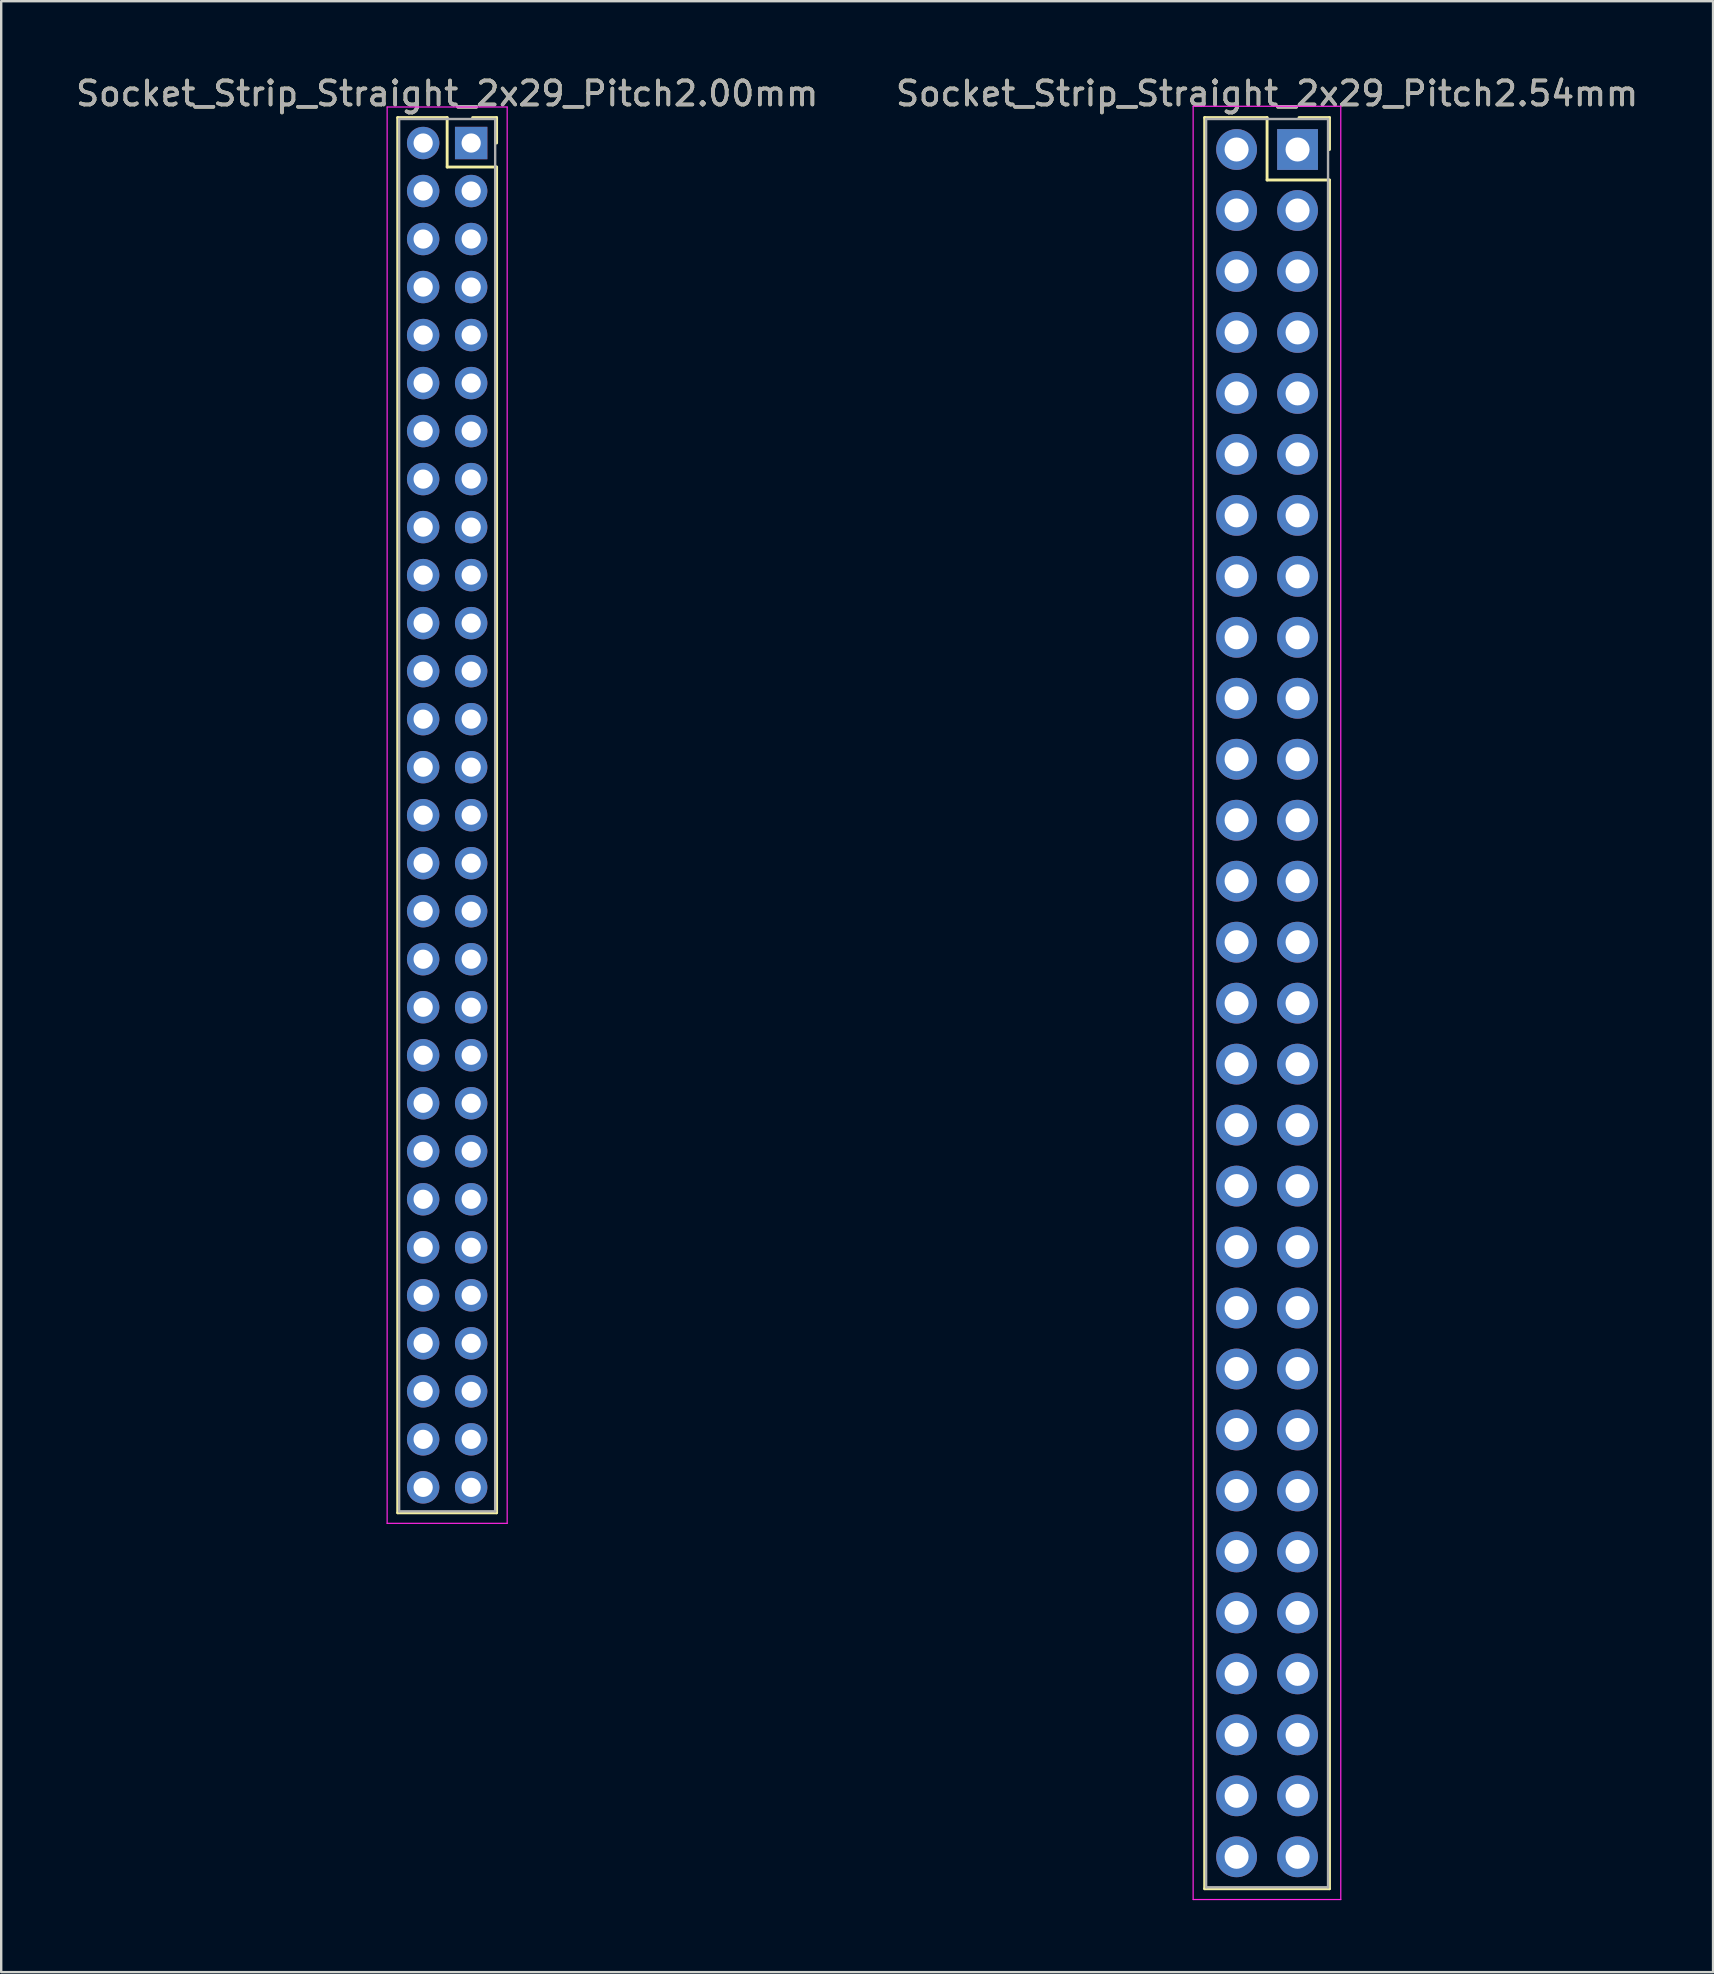
<source format=kicad_pcb>
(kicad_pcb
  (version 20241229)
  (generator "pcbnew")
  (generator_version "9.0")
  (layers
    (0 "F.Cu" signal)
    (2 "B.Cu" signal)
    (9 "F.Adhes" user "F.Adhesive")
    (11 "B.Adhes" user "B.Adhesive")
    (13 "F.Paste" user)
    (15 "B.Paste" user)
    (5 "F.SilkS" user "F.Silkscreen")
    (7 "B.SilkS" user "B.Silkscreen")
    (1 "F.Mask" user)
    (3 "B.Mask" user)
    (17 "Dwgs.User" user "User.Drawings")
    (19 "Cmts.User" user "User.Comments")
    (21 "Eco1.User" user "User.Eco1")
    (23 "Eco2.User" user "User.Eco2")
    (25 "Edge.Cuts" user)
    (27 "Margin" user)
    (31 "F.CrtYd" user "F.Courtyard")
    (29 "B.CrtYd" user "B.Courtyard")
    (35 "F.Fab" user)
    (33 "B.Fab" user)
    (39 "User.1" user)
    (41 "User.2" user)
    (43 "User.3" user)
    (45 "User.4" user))
  (footprint "Socket_Strip_Straight_2x29_Pitch2.00mm"
    (layer "F.Cu")
    (at 16.577 2.908)
    (property "Reference" "Socket_Strip_Straight_2x29_Pitch2.00mm" (at -1 -2.06 0) (layer "F.SilkS") (effects (font (size 1 1) (thickness 0.15))))
    (attr through_hole)
    (fp_line (start -3.06 -1.06) (end -1 -1.06) (stroke (width 0.12) (type solid)) (layer "F.SilkS"))
    (fp_line (start -3.06 57.06) (end -3.06 -1.06) (stroke (width 0.12) (type solid)) (layer "F.SilkS"))
    (fp_line (start -1 -1.06) (end -1 1) (stroke (width 0.12) (type solid)) (layer "F.SilkS"))
    (fp_line (start -1 1) (end 1.06 1) (stroke (width 0.12) (type solid)) (layer "F.SilkS"))
    (fp_line (start 1.06 -1.06) (end 0.06 -1.06) (stroke (width 0.12) (type solid)) (layer "F.SilkS"))
    (fp_line (start 1.06 0) (end 1.06 -1.06) (stroke (width 0.12) (type solid)) (layer "F.SilkS"))
    (fp_line (start 1.06 1) (end 1.06 57.06) (stroke (width 0.12) (type solid)) (layer "F.SilkS"))
    (fp_line (start 1.06 57.06) (end -3.06 57.06) (stroke (width 0.12) (type solid)) (layer "F.SilkS"))
    (fp_line (start -3.5 -1.5) (end -3.5 57.5) (stroke (width 0.05) (type solid)) (layer "F.CrtYd"))
    (fp_line (start -3.5 57.5) (end 1.5 57.5) (stroke (width 0.05) (type solid)) (layer "F.CrtYd"))
    (fp_line (start 1.5 -1.5) (end -3.5 -1.5) (stroke (width 0.05) (type solid)) (layer "F.CrtYd"))
    (fp_line (start 1.5 57.5) (end 1.5 -1.5) (stroke (width 0.05) (type solid)) (layer "F.CrtYd"))
    (fp_line (start -3 -1) (end -3 57) (stroke (width 0.1) (type solid)) (layer "F.Fab"))
    (fp_line (start -3 57) (end 1 57) (stroke (width 0.1) (type solid)) (layer "F.Fab"))
    (fp_line (start 1 -1) (end -3 -1) (stroke (width 0.1) (type solid)) (layer "F.Fab"))
    (fp_line (start 1 57) (end 1 -1) (stroke (width 0.1) (type solid)) (layer "F.Fab"))
    (fp_text user "${REFERENCE}" (at -1 -2.06 0) (layer "F.Fab") (effects (font (size 1 1) (thickness 0.15))))
    (pad "1" thru_hole rect (at 0 0) (size 1.35 1.35) (drill 0.8) (layers "*.Cu" "*.Mask"))
    (pad "2" thru_hole oval (at -2 0) (size 1.35 1.35) (drill 0.8) (layers "*.Cu" "*.Mask"))
    (pad "3" thru_hole oval (at 0 2) (size 1.35 1.35) (drill 0.8) (layers "*.Cu" "*.Mask"))
    (pad "4" thru_hole oval (at -2 2) (size 1.35 1.35) (drill 0.8) (layers "*.Cu" "*.Mask"))
    (pad "5" thru_hole oval (at 0 4) (size 1.35 1.35) (drill 0.8) (layers "*.Cu" "*.Mask"))
    (pad "6" thru_hole oval (at -2 4) (size 1.35 1.35) (drill 0.8) (layers "*.Cu" "*.Mask"))
    (pad "7" thru_hole oval (at 0 6) (size 1.35 1.35) (drill 0.8) (layers "*.Cu" "*.Mask"))
    (pad "8" thru_hole oval (at -2 6) (size 1.35 1.35) (drill 0.8) (layers "*.Cu" "*.Mask"))
    (pad "9" thru_hole oval (at 0 8) (size 1.35 1.35) (drill 0.8) (layers "*.Cu" "*.Mask"))
    (pad "10" thru_hole oval (at -2 8) (size 1.35 1.35) (drill 0.8) (layers "*.Cu" "*.Mask"))
    (pad "11" thru_hole oval (at 0 10) (size 1.35 1.35) (drill 0.8) (layers "*.Cu" "*.Mask"))
    (pad "12" thru_hole oval (at -2 10) (size 1.35 1.35) (drill 0.8) (layers "*.Cu" "*.Mask"))
    (pad "13" thru_hole oval (at 0 12) (size 1.35 1.35) (drill 0.8) (layers "*.Cu" "*.Mask"))
    (pad "14" thru_hole oval (at -2 12) (size 1.35 1.35) (drill 0.8) (layers "*.Cu" "*.Mask"))
    (pad "15" thru_hole oval (at 0 14) (size 1.35 1.35) (drill 0.8) (layers "*.Cu" "*.Mask"))
    (pad "16" thru_hole oval (at -2 14) (size 1.35 1.35) (drill 0.8) (layers "*.Cu" "*.Mask"))
    (pad "17" thru_hole oval (at 0 16) (size 1.35 1.35) (drill 0.8) (layers "*.Cu" "*.Mask"))
    (pad "18" thru_hole oval (at -2 16) (size 1.35 1.35) (drill 0.8) (layers "*.Cu" "*.Mask"))
    (pad "19" thru_hole oval (at 0 18) (size 1.35 1.35) (drill 0.8) (layers "*.Cu" "*.Mask"))
    (pad "20" thru_hole oval (at -2 18) (size 1.35 1.35) (drill 0.8) (layers "*.Cu" "*.Mask"))
    (pad "21" thru_hole oval (at 0 20) (size 1.35 1.35) (drill 0.8) (layers "*.Cu" "*.Mask"))
    (pad "22" thru_hole oval (at -2 20) (size 1.35 1.35) (drill 0.8) (layers "*.Cu" "*.Mask"))
    (pad "23" thru_hole oval (at 0 22) (size 1.35 1.35) (drill 0.8) (layers "*.Cu" "*.Mask"))
    (pad "24" thru_hole oval (at -2 22) (size 1.35 1.35) (drill 0.8) (layers "*.Cu" "*.Mask"))
    (pad "25" thru_hole oval (at 0 24) (size 1.35 1.35) (drill 0.8) (layers "*.Cu" "*.Mask"))
    (pad "26" thru_hole oval (at -2 24) (size 1.35 1.35) (drill 0.8) (layers "*.Cu" "*.Mask"))
    (pad "27" thru_hole oval (at 0 26) (size 1.35 1.35) (drill 0.8) (layers "*.Cu" "*.Mask"))
    (pad "28" thru_hole oval (at -2 26) (size 1.35 1.35) (drill 0.8) (layers "*.Cu" "*.Mask"))
    (pad "29" thru_hole oval (at 0 28) (size 1.35 1.35) (drill 0.8) (layers "*.Cu" "*.Mask"))
    (pad "30" thru_hole oval (at -2 28) (size 1.35 1.35) (drill 0.8) (layers "*.Cu" "*.Mask"))
    (pad "31" thru_hole oval (at 0 30) (size 1.35 1.35) (drill 0.8) (layers "*.Cu" "*.Mask"))
    (pad "32" thru_hole oval (at -2 30) (size 1.35 1.35) (drill 0.8) (layers "*.Cu" "*.Mask"))
    (pad "33" thru_hole oval (at 0 32) (size 1.35 1.35) (drill 0.8) (layers "*.Cu" "*.Mask"))
    (pad "34" thru_hole oval (at -2 32) (size 1.35 1.35) (drill 0.8) (layers "*.Cu" "*.Mask"))
    (pad "35" thru_hole oval (at 0 34) (size 1.35 1.35) (drill 0.8) (layers "*.Cu" "*.Mask"))
    (pad "36" thru_hole oval (at -2 34) (size 1.35 1.35) (drill 0.8) (layers "*.Cu" "*.Mask"))
    (pad "37" thru_hole oval (at 0 36) (size 1.35 1.35) (drill 0.8) (layers "*.Cu" "*.Mask"))
    (pad "38" thru_hole oval (at -2 36) (size 1.35 1.35) (drill 0.8) (layers "*.Cu" "*.Mask"))
    (pad "39" thru_hole oval (at 0 38) (size 1.35 1.35) (drill 0.8) (layers "*.Cu" "*.Mask"))
    (pad "40" thru_hole oval (at -2 38) (size 1.35 1.35) (drill 0.8) (layers "*.Cu" "*.Mask"))
    (pad "41" thru_hole oval (at 0 40) (size 1.35 1.35) (drill 0.8) (layers "*.Cu" "*.Mask"))
    (pad "42" thru_hole oval (at -2 40) (size 1.35 1.35) (drill 0.8) (layers "*.Cu" "*.Mask"))
    (pad "43" thru_hole oval (at 0 42) (size 1.35 1.35) (drill 0.8) (layers "*.Cu" "*.Mask"))
    (pad "44" thru_hole oval (at -2 42) (size 1.35 1.35) (drill 0.8) (layers "*.Cu" "*.Mask"))
    (pad "45" thru_hole oval (at 0 44) (size 1.35 1.35) (drill 0.8) (layers "*.Cu" "*.Mask"))
    (pad "46" thru_hole oval (at -2 44) (size 1.35 1.35) (drill 0.8) (layers "*.Cu" "*.Mask"))
    (pad "47" thru_hole oval (at 0 46) (size 1.35 1.35) (drill 0.8) (layers "*.Cu" "*.Mask"))
    (pad "48" thru_hole oval (at -2 46) (size 1.35 1.35) (drill 0.8) (layers "*.Cu" "*.Mask"))
    (pad "49" thru_hole oval (at 0 48) (size 1.35 1.35) (drill 0.8) (layers "*.Cu" "*.Mask"))
    (pad "50" thru_hole oval (at -2 48) (size 1.35 1.35) (drill 0.8) (layers "*.Cu" "*.Mask"))
    (pad "51" thru_hole oval (at 0 50) (size 1.35 1.35) (drill 0.8) (layers "*.Cu" "*.Mask"))
    (pad "52" thru_hole oval (at -2 50) (size 1.35 1.35) (drill 0.8) (layers "*.Cu" "*.Mask"))
    (pad "53" thru_hole oval (at 0 52) (size 1.35 1.35) (drill 0.8) (layers "*.Cu" "*.Mask"))
    (pad "54" thru_hole oval (at -2 52) (size 1.35 1.35) (drill 0.8) (layers "*.Cu" "*.Mask"))
    (pad "55" thru_hole oval (at 0 54) (size 1.35 1.35) (drill 0.8) (layers "*.Cu" "*.Mask"))
    (pad "56" thru_hole oval (at -2 54) (size 1.35 1.35) (drill 0.8) (layers "*.Cu" "*.Mask"))
    (pad "57" thru_hole oval (at 0 56) (size 1.35 1.35) (drill 0.8) (layers "*.Cu" "*.Mask"))
    (pad "58" thru_hole oval (at -2 56) (size 1.35 1.35) (drill 0.8) (layers "*.Cu" "*.Mask")))
  (footprint "Socket_Strip_Straight_2x29_Pitch2.54mm"
    (layer "F.Cu")
    (at 51.002 3.178)
    (property "Reference" "Socket_Strip_Straight_2x29_Pitch2.54mm" (at -1.27 -2.33 0) (layer "F.SilkS") (effects (font (size 1 1) (thickness 0.15))))
    (attr through_hole)
    (fp_line (start -3.87 -1.33) (end -1.27 -1.33) (stroke (width 0.12) (type solid)) (layer "F.SilkS"))
    (fp_line (start -3.87 72.45) (end -3.87 -1.33) (stroke (width 0.12) (type solid)) (layer "F.SilkS"))
    (fp_line (start -1.27 -1.33) (end -1.27 1.27) (stroke (width 0.12) (type solid)) (layer "F.SilkS"))
    (fp_line (start -1.27 1.27) (end 1.33 1.27) (stroke (width 0.12) (type solid)) (layer "F.SilkS"))
    (fp_line (start 1.33 -1.33) (end 0.06 -1.33) (stroke (width 0.12) (type solid)) (layer "F.SilkS"))
    (fp_line (start 1.33 0) (end 1.33 -1.33) (stroke (width 0.12) (type solid)) (layer "F.SilkS"))
    (fp_line (start 1.33 1.27) (end 1.33 72.45) (stroke (width 0.12) (type solid)) (layer "F.SilkS"))
    (fp_line (start 1.33 72.45) (end -3.87 72.45) (stroke (width 0.12) (type solid)) (layer "F.SilkS"))
    (fp_line (start -4.35 -1.8) (end -4.35 72.9) (stroke (width 0.05) (type solid)) (layer "F.CrtYd"))
    (fp_line (start -4.35 72.9) (end 1.8 72.9) (stroke (width 0.05) (type solid)) (layer "F.CrtYd"))
    (fp_line (start 1.8 -1.8) (end -4.35 -1.8) (stroke (width 0.05) (type solid)) (layer "F.CrtYd"))
    (fp_line (start 1.8 72.9) (end 1.8 -1.8) (stroke (width 0.05) (type solid)) (layer "F.CrtYd"))
    (fp_line (start -3.81 -1.27) (end -3.81 72.39) (stroke (width 0.1) (type solid)) (layer "F.Fab"))
    (fp_line (start -3.81 72.39) (end 1.27 72.39) (stroke (width 0.1) (type solid)) (layer "F.Fab"))
    (fp_line (start 1.27 -1.27) (end -3.81 -1.27) (stroke (width 0.1) (type solid)) (layer "F.Fab"))
    (fp_line (start 1.27 72.39) (end 1.27 -1.27) (stroke (width 0.1) (type solid)) (layer "F.Fab"))
    (fp_text user "${REFERENCE}" (at -1.27 -2.33 0) (layer "F.Fab") (effects (font (size 1 1) (thickness 0.15))))
    (pad "1" thru_hole rect (at 0 0) (size 1.7 1.7) (drill 1) (layers "*.Cu" "*.Mask"))
    (pad "2" thru_hole oval (at -2.54 0) (size 1.7 1.7) (drill 1) (layers "*.Cu" "*.Mask"))
    (pad "3" thru_hole oval (at 0 2.54) (size 1.7 1.7) (drill 1) (layers "*.Cu" "*.Mask"))
    (pad "4" thru_hole oval (at -2.54 2.54) (size 1.7 1.7) (drill 1) (layers "*.Cu" "*.Mask"))
    (pad "5" thru_hole oval (at 0 5.08) (size 1.7 1.7) (drill 1) (layers "*.Cu" "*.Mask"))
    (pad "6" thru_hole oval (at -2.54 5.08) (size 1.7 1.7) (drill 1) (layers "*.Cu" "*.Mask"))
    (pad "7" thru_hole oval (at 0 7.62) (size 1.7 1.7) (drill 1) (layers "*.Cu" "*.Mask"))
    (pad "8" thru_hole oval (at -2.54 7.62) (size 1.7 1.7) (drill 1) (layers "*.Cu" "*.Mask"))
    (pad "9" thru_hole oval (at 0 10.16) (size 1.7 1.7) (drill 1) (layers "*.Cu" "*.Mask"))
    (pad "10" thru_hole oval (at -2.54 10.16) (size 1.7 1.7) (drill 1) (layers "*.Cu" "*.Mask"))
    (pad "11" thru_hole oval (at 0 12.7) (size 1.7 1.7) (drill 1) (layers "*.Cu" "*.Mask"))
    (pad "12" thru_hole oval (at -2.54 12.7) (size 1.7 1.7) (drill 1) (layers "*.Cu" "*.Mask"))
    (pad "13" thru_hole oval (at 0 15.24) (size 1.7 1.7) (drill 1) (layers "*.Cu" "*.Mask"))
    (pad "14" thru_hole oval (at -2.54 15.24) (size 1.7 1.7) (drill 1) (layers "*.Cu" "*.Mask"))
    (pad "15" thru_hole oval (at 0 17.78) (size 1.7 1.7) (drill 1) (layers "*.Cu" "*.Mask"))
    (pad "16" thru_hole oval (at -2.54 17.78) (size 1.7 1.7) (drill 1) (layers "*.Cu" "*.Mask"))
    (pad "17" thru_hole oval (at 0 20.32) (size 1.7 1.7) (drill 1) (layers "*.Cu" "*.Mask"))
    (pad "18" thru_hole oval (at -2.54 20.32) (size 1.7 1.7) (drill 1) (layers "*.Cu" "*.Mask"))
    (pad "19" thru_hole oval (at 0 22.86) (size 1.7 1.7) (drill 1) (layers "*.Cu" "*.Mask"))
    (pad "20" thru_hole oval (at -2.54 22.86) (size 1.7 1.7) (drill 1) (layers "*.Cu" "*.Mask"))
    (pad "21" thru_hole oval (at 0 25.4) (size 1.7 1.7) (drill 1) (layers "*.Cu" "*.Mask"))
    (pad "22" thru_hole oval (at -2.54 25.4) (size 1.7 1.7) (drill 1) (layers "*.Cu" "*.Mask"))
    (pad "23" thru_hole oval (at 0 27.94) (size 1.7 1.7) (drill 1) (layers "*.Cu" "*.Mask"))
    (pad "24" thru_hole oval (at -2.54 27.94) (size 1.7 1.7) (drill 1) (layers "*.Cu" "*.Mask"))
    (pad "25" thru_hole oval (at 0 30.48) (size 1.7 1.7) (drill 1) (layers "*.Cu" "*.Mask"))
    (pad "26" thru_hole oval (at -2.54 30.48) (size 1.7 1.7) (drill 1) (layers "*.Cu" "*.Mask"))
    (pad "27" thru_hole oval (at 0 33.02) (size 1.7 1.7) (drill 1) (layers "*.Cu" "*.Mask"))
    (pad "28" thru_hole oval (at -2.54 33.02) (size 1.7 1.7) (drill 1) (layers "*.Cu" "*.Mask"))
    (pad "29" thru_hole oval (at 0 35.56) (size 1.7 1.7) (drill 1) (layers "*.Cu" "*.Mask"))
    (pad "30" thru_hole oval (at -2.54 35.56) (size 1.7 1.7) (drill 1) (layers "*.Cu" "*.Mask"))
    (pad "31" thru_hole oval (at 0 38.1) (size 1.7 1.7) (drill 1) (layers "*.Cu" "*.Mask"))
    (pad "32" thru_hole oval (at -2.54 38.1) (size 1.7 1.7) (drill 1) (layers "*.Cu" "*.Mask"))
    (pad "33" thru_hole oval (at 0 40.64) (size 1.7 1.7) (drill 1) (layers "*.Cu" "*.Mask"))
    (pad "34" thru_hole oval (at -2.54 40.64) (size 1.7 1.7) (drill 1) (layers "*.Cu" "*.Mask"))
    (pad "35" thru_hole oval (at 0 43.18) (size 1.7 1.7) (drill 1) (layers "*.Cu" "*.Mask"))
    (pad "36" thru_hole oval (at -2.54 43.18) (size 1.7 1.7) (drill 1) (layers "*.Cu" "*.Mask"))
    (pad "37" thru_hole oval (at 0 45.72) (size 1.7 1.7) (drill 1) (layers "*.Cu" "*.Mask"))
    (pad "38" thru_hole oval (at -2.54 45.72) (size 1.7 1.7) (drill 1) (layers "*.Cu" "*.Mask"))
    (pad "39" thru_hole oval (at 0 48.26) (size 1.7 1.7) (drill 1) (layers "*.Cu" "*.Mask"))
    (pad "40" thru_hole oval (at -2.54 48.26) (size 1.7 1.7) (drill 1) (layers "*.Cu" "*.Mask"))
    (pad "41" thru_hole oval (at 0 50.8) (size 1.7 1.7) (drill 1) (layers "*.Cu" "*.Mask"))
    (pad "42" thru_hole oval (at -2.54 50.8) (size 1.7 1.7) (drill 1) (layers "*.Cu" "*.Mask"))
    (pad "43" thru_hole oval (at 0 53.34) (size 1.7 1.7) (drill 1) (layers "*.Cu" "*.Mask"))
    (pad "44" thru_hole oval (at -2.54 53.34) (size 1.7 1.7) (drill 1) (layers "*.Cu" "*.Mask"))
    (pad "45" thru_hole oval (at 0 55.88) (size 1.7 1.7) (drill 1) (layers "*.Cu" "*.Mask"))
    (pad "46" thru_hole oval (at -2.54 55.88) (size 1.7 1.7) (drill 1) (layers "*.Cu" "*.Mask"))
    (pad "47" thru_hole oval (at 0 58.42) (size 1.7 1.7) (drill 1) (layers "*.Cu" "*.Mask"))
    (pad "48" thru_hole oval (at -2.54 58.42) (size 1.7 1.7) (drill 1) (layers "*.Cu" "*.Mask"))
    (pad "49" thru_hole oval (at 0 60.96) (size 1.7 1.7) (drill 1) (layers "*.Cu" "*.Mask"))
    (pad "50" thru_hole oval (at -2.54 60.96) (size 1.7 1.7) (drill 1) (layers "*.Cu" "*.Mask"))
    (pad "51" thru_hole oval (at 0 63.5) (size 1.7 1.7) (drill 1) (layers "*.Cu" "*.Mask"))
    (pad "52" thru_hole oval (at -2.54 63.5) (size 1.7 1.7) (drill 1) (layers "*.Cu" "*.Mask"))
    (pad "53" thru_hole oval (at 0 66.04) (size 1.7 1.7) (drill 1) (layers "*.Cu" "*.Mask"))
    (pad "54" thru_hole oval (at -2.54 66.04) (size 1.7 1.7) (drill 1) (layers "*.Cu" "*.Mask"))
    (pad "55" thru_hole oval (at 0 68.58) (size 1.7 1.7) (drill 1) (layers "*.Cu" "*.Mask"))
    (pad "56" thru_hole oval (at -2.54 68.58) (size 1.7 1.7) (drill 1) (layers "*.Cu" "*.Mask"))
    (pad "57" thru_hole oval (at 0 71.12) (size 1.7 1.7) (drill 1) (layers "*.Cu" "*.Mask"))
    (pad "58" thru_hole oval (at -2.54 71.12) (size 1.7 1.7) (drill 1) (layers "*.Cu" "*.Mask")))
  (gr_rect
    (start -3 -3)
    (end 68.31 79.103)
    (stroke (width 0.1) (type default))
    (fill no)
    (layer "Edge.Cuts")))
</source>
